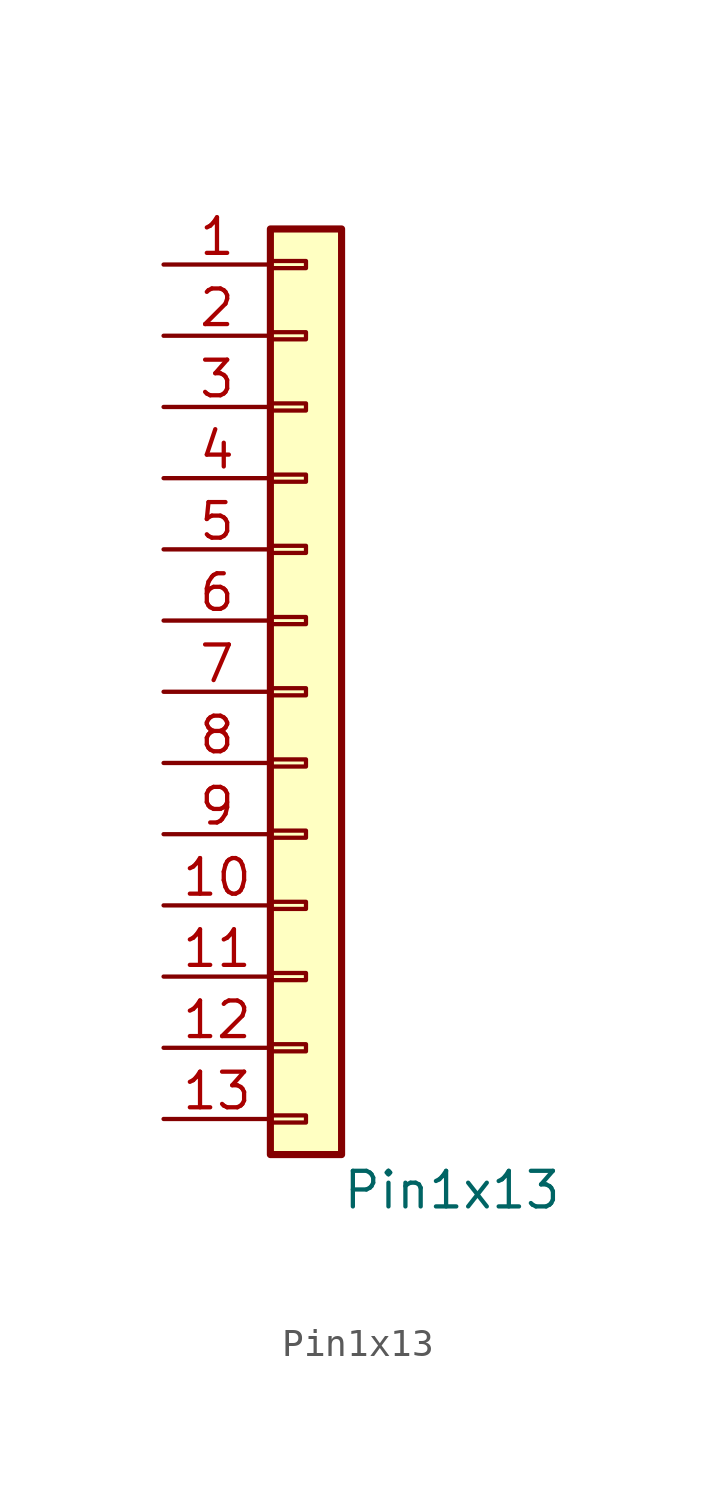
<source format=kicad_sym>
(kicad_symbol_lib
  (version 20241209)
  (generator "kicad_symbol_editor")
  (generator_version "9.0")
  (symbol "Pin1x13"
    (pin_names
      (offset 1.016)
      (hide yes))
    (property "Reference" "J"
      (at 0 17.78 0)
      (effects (font (size 1.27 1.27)) (hide yes)))
    (property "Value" "Pin1x13"
      (at 1.27 -17.78 0)
      (effects (font (size 1.27 1.27)) (justify left)))
    (symbol "Pin1x13_1_1"
      (rectangle (start -1.27 16.51) (end 1.27 -16.51) (stroke (width 0.254) (type default)) (fill (type background)))
      (rectangle (start -1.27 15.367) (end 0 15.113) (stroke (width 0.152) (type default)) (fill (type none)))
      (rectangle (start -1.27 12.827) (end 0 12.573) (stroke (width 0.152) (type default)) (fill (type none)))
      (rectangle (start -1.27 10.287) (end 0 10.033) (stroke (width 0.152) (type default)) (fill (type none)))
      (rectangle (start -1.27 7.747) (end 0 7.493) (stroke (width 0.152) (type default)) (fill (type none)))
      (rectangle (start -1.27 5.207) (end 0 4.953) (stroke (width 0.152) (type default)) (fill (type none)))
      (rectangle (start -1.27 2.667) (end 0 2.413) (stroke (width 0.152) (type default)) (fill (type none)))
      (rectangle (start -1.27 0.127) (end 0 -0.127) (stroke (width 0.152) (type default)) (fill (type none)))
      (rectangle (start -1.27 -2.413) (end 0 -2.667) (stroke (width 0.152) (type default)) (fill (type none)))
      (rectangle (start -1.27 -4.953) (end 0 -5.207) (stroke (width 0.152) (type default)) (fill (type none)))
      (rectangle (start -1.27 -7.493) (end 0 -7.747) (stroke (width 0.152) (type default)) (fill (type none)))
      (rectangle (start -1.27 -10.033) (end 0 -10.287) (stroke (width 0.152) (type default)) (fill (type none)))
      (rectangle (start -1.27 -12.573) (end 0 -12.827) (stroke (width 0.152) (type default)) (fill (type none)))
      (rectangle (start -1.27 -15.113) (end 0 -15.367) (stroke (width 0.152) (type default)) (fill (type none)))
      (pin passive line (at -5.08 15.24 0) (length 3.81) (name "Pin_1" (effects (font (size 1.27 1.27)))) (number "1" (effects (font (size 1.27 1.27)))))
      (pin passive line (at -5.08 12.7 0) (length 3.81) (name "Pin_2" (effects (font (size 1.27 1.27)))) (number "2" (effects (font (size 1.27 1.27)))))
      (pin passive line (at -5.08 10.16 0) (length 3.81) (name "Pin_3" (effects (font (size 1.27 1.27)))) (number "3" (effects (font (size 1.27 1.27)))))
      (pin passive line (at -5.08 7.62 0) (length 3.81) (name "Pin_4" (effects (font (size 1.27 1.27)))) (number "4" (effects (font (size 1.27 1.27)))))
      (pin passive line (at -5.08 5.08 0) (length 3.81) (name "Pin_5" (effects (font (size 1.27 1.27)))) (number "5" (effects (font (size 1.27 1.27)))))
      (pin passive line (at -5.08 2.54 0) (length 3.81) (name "Pin_6" (effects (font (size 1.27 1.27)))) (number "6" (effects (font (size 1.27 1.27)))))
      (pin passive line (at -5.08 0 0) (length 3.81) (name "Pin_7" (effects (font (size 1.27 1.27)))) (number "7" (effects (font (size 1.27 1.27)))))
      (pin passive line (at -5.08 -2.54 0) (length 3.81) (name "Pin_8" (effects (font (size 1.27 1.27)))) (number "8" (effects (font (size 1.27 1.27)))))
      (pin passive line (at -5.08 -5.08 0) (length 3.81) (name "Pin_9" (effects (font (size 1.27 1.27)))) (number "9" (effects (font (size 1.27 1.27)))))
      (pin passive line (at -5.08 -7.62 0) (length 3.81) (name "Pin_10" (effects (font (size 1.27 1.27)))) (number "10" (effects (font (size 1.27 1.27)))))
      (pin passive line (at -5.08 -10.16 0) (length 3.81) (name "Pin_11" (effects (font (size 1.27 1.27)))) (number "11" (effects (font (size 1.27 1.27)))))
      (pin passive line (at -5.08 -12.7 0) (length 3.81) (name "Pin_12" (effects (font (size 1.27 1.27)))) (number "12" (effects (font (size 1.27 1.27)))))
      (pin passive line (at -5.08 -15.24 0) (length 3.81) (name "Pin_13" (effects (font (size 1.27 1.27)))) (number "13" (effects (font (size 1.27 1.27))))))))
</source>
